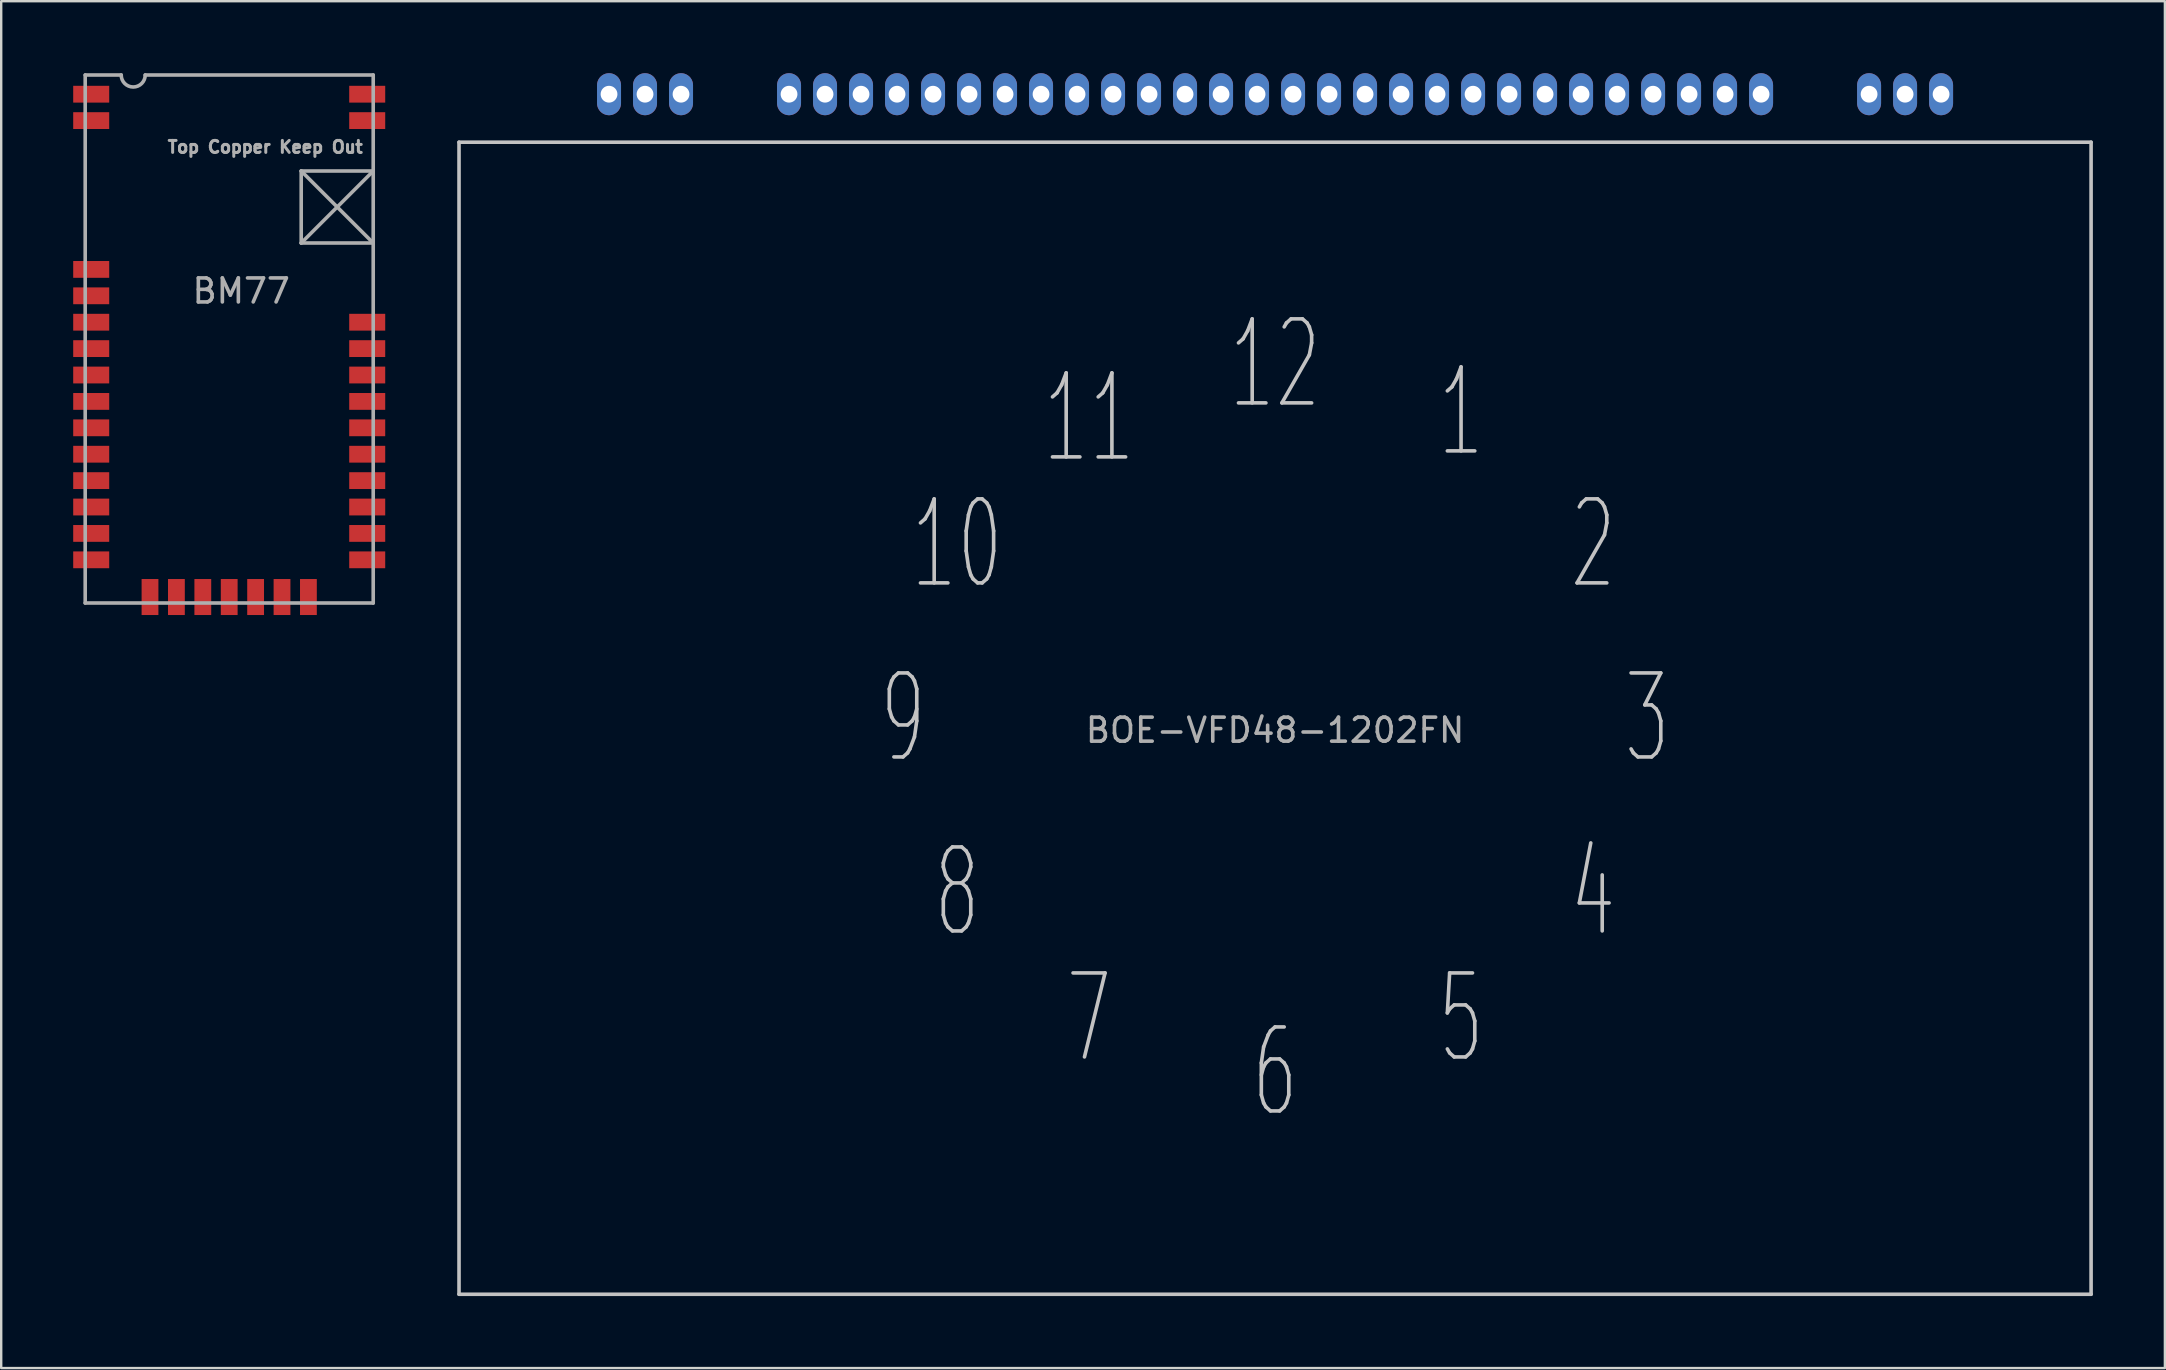
<source format=kicad_pcb>
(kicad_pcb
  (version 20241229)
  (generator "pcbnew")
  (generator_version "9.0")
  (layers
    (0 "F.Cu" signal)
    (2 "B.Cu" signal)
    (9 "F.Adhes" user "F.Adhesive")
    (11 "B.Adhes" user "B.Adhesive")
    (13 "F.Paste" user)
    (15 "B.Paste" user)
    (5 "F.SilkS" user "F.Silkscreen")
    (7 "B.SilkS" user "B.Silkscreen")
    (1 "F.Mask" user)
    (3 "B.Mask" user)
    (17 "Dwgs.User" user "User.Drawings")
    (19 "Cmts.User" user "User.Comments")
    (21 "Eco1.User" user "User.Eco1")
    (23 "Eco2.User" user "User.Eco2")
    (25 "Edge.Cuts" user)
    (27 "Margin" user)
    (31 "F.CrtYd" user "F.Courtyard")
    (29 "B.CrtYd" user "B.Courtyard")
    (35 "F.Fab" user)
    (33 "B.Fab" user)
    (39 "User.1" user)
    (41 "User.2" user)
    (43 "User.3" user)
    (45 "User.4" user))
  (footprint "BOE-VFD48-1202FN"
    (layer "F.Cu")
    (at 50.075 26.875)
    (property "Reference" "BOE-VFD48-1202FN" (at 0 0.5 0) (layer "F.Fab") (effects (font (size 1 1) (thickness 0.15))))
    (attr through_hole)
    (fp_line (start -34 -24) (end -34 24) (stroke (width 0.15) (type solid)) (layer "Dwgs.User"))
    (fp_line (start -34 -24) (end 34 -24) (stroke (width 0.15) (type solid)) (layer "Dwgs.User"))
    (fp_line (start -34 24) (end 34 24) (stroke (width 0.15) (type solid)) (layer "Dwgs.User"))
    (fp_line (start 34 -24) (end 34 24) (stroke (width 0.15) (type solid)) (layer "Dwgs.User"))
    (fp_text user "3" (at 15.5 0 0) (layer "Dwgs.User") (effects (font (size 3.5 2) (thickness 0.15))))
    (fp_text user "1" (at 7.75 -12.75 0) (layer "Dwgs.User") (effects (font (size 3.5 2) (thickness 0.15))))
    (fp_text user "10" (at -13.25 -7.25 0) (layer "Dwgs.User") (effects (font (size 3.5 2) (thickness 0.15))))
    (fp_text user "2" (at 13.25 -7.25 0) (layer "Dwgs.User") (effects (font (size 3.5 2) (thickness 0.15))))
    (fp_text user "8" (at -13.25 7.25 0) (layer "Dwgs.User") (effects (font (size 3.5 2) (thickness 0.15))))
    (fp_text user "9" (at -15.5 0 0) (layer "Dwgs.User") (effects (font (size 3.5 2) (thickness 0.15))))
    (fp_text user "12" (at 0 -14.75 0) (layer "Dwgs.User") (effects (font (size 3.5 2) (thickness 0.15))))
    (fp_text user "11" (at -7.75 -12.5 0) (layer "Dwgs.User") (effects (font (size 3.5 2) (thickness 0.15))))
    (fp_text user "7" (at -7.75 12.5 0) (layer "Dwgs.User") (effects (font (size 3.5 2) (thickness 0.15))))
    (fp_text user "5" (at 7.75 12.5 0) (layer "Dwgs.User") (effects (font (size 3.5 2) (thickness 0.15))))
    (fp_text user "4" (at 13.25 7.25 0) (layer "Dwgs.User") (effects (font (size 3.5 2) (thickness 0.15))))
    (fp_text user "6" (at 0 14.75 0) (layer "Dwgs.User") (effects (font (size 3.5 2) (thickness 0.15))))
    (pad "1" thru_hole oval (at -27.75 -26) (size 1 1.75) (drill 0.7) (layers "*.Cu" "*.Mask"))
    (pad "2" thru_hole oval (at -26.25 -26) (size 1 1.75) (drill 0.7) (layers "*.Cu" "*.Mask"))
    (pad "3" thru_hole oval (at -24.75 -26) (size 1 1.75) (drill 0.7) (layers "*.Cu" "*.Mask"))
    (pad "6" thru_hole oval (at -20.25 -26) (size 1 1.75) (drill 0.7) (layers "*.Cu" "*.Mask"))
    (pad "7" thru_hole oval (at -18.75 -26) (size 1 1.75) (drill 0.7) (layers "*.Cu" "*.Mask"))
    (pad "8" thru_hole oval (at -17.25 -26) (size 1 1.75) (drill 0.7) (layers "*.Cu" "*.Mask"))
    (pad "9" thru_hole oval (at -15.75 -26) (size 1 1.75) (drill 0.7) (layers "*.Cu" "*.Mask"))
    (pad "10" thru_hole oval (at -14.25 -26) (size 1 1.75) (drill 0.7) (layers "*.Cu" "*.Mask"))
    (pad "11" thru_hole oval (at -12.75 -26) (size 1 1.75) (drill 0.7) (layers "*.Cu" "*.Mask"))
    (pad "12" thru_hole oval (at -11.25 -26) (size 1 1.75) (drill 0.7) (layers "*.Cu" "*.Mask"))
    (pad "13" thru_hole oval (at -9.75 -26) (size 1 1.75) (drill 0.7) (layers "*.Cu" "*.Mask"))
    (pad "14" thru_hole oval (at -8.25 -26) (size 1 1.75) (drill 0.7) (layers "*.Cu" "*.Mask"))
    (pad "15" thru_hole oval (at -6.75 -26) (size 1 1.75) (drill 0.7) (layers "*.Cu" "*.Mask"))
    (pad "16" thru_hole oval (at -5.25 -26) (size 1 1.75) (drill 0.7) (layers "*.Cu" "*.Mask"))
    (pad "17" thru_hole oval (at -3.75 -26) (size 1 1.75) (drill 0.7) (layers "*.Cu" "*.Mask"))
    (pad "18" thru_hole oval (at -2.25 -26) (size 1 1.75) (drill 0.7) (layers "*.Cu" "*.Mask"))
    (pad "19" thru_hole oval (at -0.75 -26) (size 1 1.75) (drill 0.7) (layers "*.Cu" "*.Mask"))
    (pad "20" thru_hole oval (at 0.75 -26) (size 1 1.75) (drill 0.7) (layers "*.Cu" "*.Mask"))
    (pad "21" thru_hole oval (at 2.25 -26) (size 1 1.75) (drill 0.7) (layers "*.Cu" "*.Mask"))
    (pad "22" thru_hole oval (at 3.75 -26) (size 1 1.75) (drill 0.7) (layers "*.Cu" "*.Mask"))
    (pad "23" thru_hole oval (at 5.25 -26) (size 1 1.75) (drill 0.7) (layers "*.Cu" "*.Mask"))
    (pad "24" thru_hole oval (at 6.75 -26) (size 1 1.75) (drill 0.7) (layers "*.Cu" "*.Mask"))
    (pad "25" thru_hole oval (at 8.25 -26) (size 1 1.75) (drill 0.7) (layers "*.Cu" "*.Mask"))
    (pad "26" thru_hole oval (at 9.75 -26) (size 1 1.75) (drill 0.7) (layers "*.Cu" "*.Mask"))
    (pad "27" thru_hole oval (at 11.25 -26) (size 1 1.75) (drill 0.7) (layers "*.Cu" "*.Mask"))
    (pad "28" thru_hole oval (at 12.75 -26) (size 1 1.75) (drill 0.7) (layers "*.Cu" "*.Mask"))
    (pad "29" thru_hole oval (at 14.25 -26) (size 1 1.75) (drill 0.7) (layers "*.Cu" "*.Mask"))
    (pad "30" thru_hole oval (at 15.75 -26) (size 1 1.75) (drill 0.7) (layers "*.Cu" "*.Mask"))
    (pad "31" thru_hole oval (at 17.25 -26) (size 1 1.75) (drill 0.7) (layers "*.Cu" "*.Mask"))
    (pad "32" thru_hole oval (at 18.75 -26) (size 1 1.75) (drill 0.7) (layers "*.Cu" "*.Mask"))
    (pad "33" thru_hole oval (at 20.25 -26) (size 1 1.75) (drill 0.7) (layers "*.Cu" "*.Mask"))
    (pad "36" thru_hole oval (at 24.75 -26) (size 1 1.75) (drill 0.7) (layers "*.Cu" "*.Mask"))
    (pad "37" thru_hole oval (at 26.25 -26) (size 1 1.75) (drill 0.7) (layers "*.Cu" "*.Mask"))
    (pad "38" thru_hole oval (at 27.75 -26) (size 1 1.75) (drill 0.7) (layers "*.Cu" "*.Mask")))
  (footprint "BM77"
    (layer "F.Cu")
    (at 6.5 11.075)
    (property "Reference" "BM77" (at 0.5 -2 0) (layer "F.Fab") (effects (font (size 1 1) (thickness 0.15))))
    (attr through_hole)
    (fp_line (start -6 -11) (end -6 11) (stroke (width 0.15) (type solid)) (layer "F.Fab"))
    (fp_line (start -6 11) (end 6 11) (stroke (width 0.15) (type solid)) (layer "F.Fab"))
    (fp_line (start -4.5 -11) (end -6 -11) (stroke (width 0.15) (type solid)) (layer "F.Fab"))
    (fp_line (start 3 -7) (end 6 -7) (stroke (width 0.15) (type solid)) (layer "F.Fab"))
    (fp_line (start 3 -7) (end 6 -4) (stroke (width 0.15) (type solid)) (layer "F.Fab"))
    (fp_line (start 3 -4) (end 3 -7) (stroke (width 0.15) (type solid)) (layer "F.Fab"))
    (fp_line (start 6 -11) (end -3.5 -11) (stroke (width 0.15) (type solid)) (layer "F.Fab"))
    (fp_line (start 6 -11) (end 6 11) (stroke (width 0.15) (type solid)) (layer "F.Fab"))
    (fp_line (start 6 -7) (end 3 -4) (stroke (width 0.15) (type solid)) (layer "F.Fab"))
    (fp_line (start 6 -4) (end 3 -4) (stroke (width 0.15) (type solid)) (layer "F.Fab"))
    (fp_arc (start -3.5 -11) (mid -4 -10.5) (end -4.5 -11) (stroke (width 0.15) (type solid)) (layer "F.Fab"))
    (fp_text user "Top Copper Keep Out" (at 1.5 -8 0) (layer "F.Fab") (effects (font (size 0.5 0.5) (thickness 0.125))))
    (pad "1" smd rect (at -5.75 -10.2) (size 1.5 0.7) (layers "F.Cu" "F.Mask" "F.Paste"))
    (pad "2" smd rect (at -5.75 -9.1) (size 1.5 0.7) (layers "F.Cu" "F.Mask" "F.Paste"))
    (pad "3" smd rect (at -5.75 -2.9) (size 1.5 0.7) (layers "F.Cu" "F.Mask" "F.Paste"))
    (pad "4" smd rect (at -5.75 -1.8) (size 1.5 0.7) (layers "F.Cu" "F.Mask" "F.Paste"))
    (pad "5" smd rect (at -5.75 -0.7) (size 1.5 0.7) (layers "F.Cu" "F.Mask" "F.Paste"))
    (pad "6" smd rect (at -5.75 0.4) (size 1.5 0.7) (layers "F.Cu" "F.Mask" "F.Paste"))
    (pad "7" smd rect (at -5.75 1.5) (size 1.5 0.7) (layers "F.Cu" "F.Mask" "F.Paste"))
    (pad "8" smd rect (at -5.75 2.6) (size 1.5 0.7) (layers "F.Cu" "F.Mask" "F.Paste"))
    (pad "9" smd rect (at -5.75 3.7) (size 1.5 0.7) (layers "F.Cu" "F.Mask" "F.Paste"))
    (pad "10" smd rect (at -5.75 4.8) (size 1.5 0.7) (layers "F.Cu" "F.Mask" "F.Paste"))
    (pad "11" smd rect (at -5.75 5.9) (size 1.5 0.7) (layers "F.Cu" "F.Mask" "F.Paste"))
    (pad "12" smd rect (at -5.75 7) (size 1.5 0.7) (layers "F.Cu" "F.Mask" "F.Paste"))
    (pad "13" smd rect (at -5.75 8.1) (size 1.5 0.7) (layers "F.Cu" "F.Mask" "F.Paste"))
    (pad "14" smd rect (at -5.75 9.2) (size 1.5 0.7) (layers "F.Cu" "F.Mask" "F.Paste"))
    (pad "15" smd rect (at -3.3 10.75) (size 0.7 1.5) (layers "F.Cu" "F.Mask" "F.Paste"))
    (pad "16" smd rect (at -2.2 10.75) (size 0.7 1.5) (layers "F.Cu" "F.Mask" "F.Paste"))
    (pad "17" smd rect (at -1.1 10.75) (size 0.7 1.5) (layers "F.Cu" "F.Mask" "F.Paste"))
    (pad "18" smd rect (at 0 10.75) (size 0.7 1.5) (layers "F.Cu" "F.Mask" "F.Paste"))
    (pad "19" smd rect (at 1.1 10.75) (size 0.7 1.5) (layers "F.Cu" "F.Mask" "F.Paste"))
    (pad "20" smd rect (at 2.2 10.75) (size 0.7 1.5) (layers "F.Cu" "F.Mask" "F.Paste"))
    (pad "21" smd rect (at 3.3 10.75) (size 0.7 1.5) (layers "F.Cu" "F.Mask" "F.Paste"))
    (pad "22" smd rect (at 5.75 9.2) (size 1.5 0.7) (layers "F.Cu" "F.Mask" "F.Paste"))
    (pad "23" smd rect (at 5.75 8.1) (size 1.5 0.7) (layers "F.Cu" "F.Mask" "F.Paste"))
    (pad "24" smd rect (at 5.75 7) (size 1.5 0.7) (layers "F.Cu" "F.Mask" "F.Paste"))
    (pad "25" smd rect (at 5.75 5.9) (size 1.5 0.7) (layers "F.Cu" "F.Mask" "F.Paste"))
    (pad "26" smd rect (at 5.75 4.8) (size 1.5 0.7) (layers "F.Cu" "F.Mask" "F.Paste"))
    (pad "27" smd rect (at 5.75 3.7) (size 1.5 0.7) (layers "F.Cu" "F.Mask" "F.Paste"))
    (pad "28" smd rect (at 5.75 2.6) (size 1.5 0.7) (layers "F.Cu" "F.Mask" "F.Paste"))
    (pad "29" smd rect (at 5.75 1.5) (size 1.5 0.7) (layers "F.Cu" "F.Mask" "F.Paste"))
    (pad "30" smd rect (at 5.75 0.4) (size 1.5 0.7) (layers "F.Cu" "F.Mask" "F.Paste"))
    (pad "31" smd rect (at 5.75 -0.7) (size 1.5 0.7) (layers "F.Cu" "F.Mask" "F.Paste"))
    (pad "32" smd rect (at 5.75 -9.1) (size 1.5 0.7) (layers "F.Cu" "F.Mask" "F.Paste"))
    (pad "33" smd rect (at 5.75 -10.2) (size 1.5 0.7) (layers "F.Cu" "F.Mask" "F.Paste")))
  (gr_rect
    (start -3 -3)
    (end 87.15 53.95)
    (stroke (width 0.1) (type default))
    (fill no)
    (layer "Edge.Cuts")))
</source>
